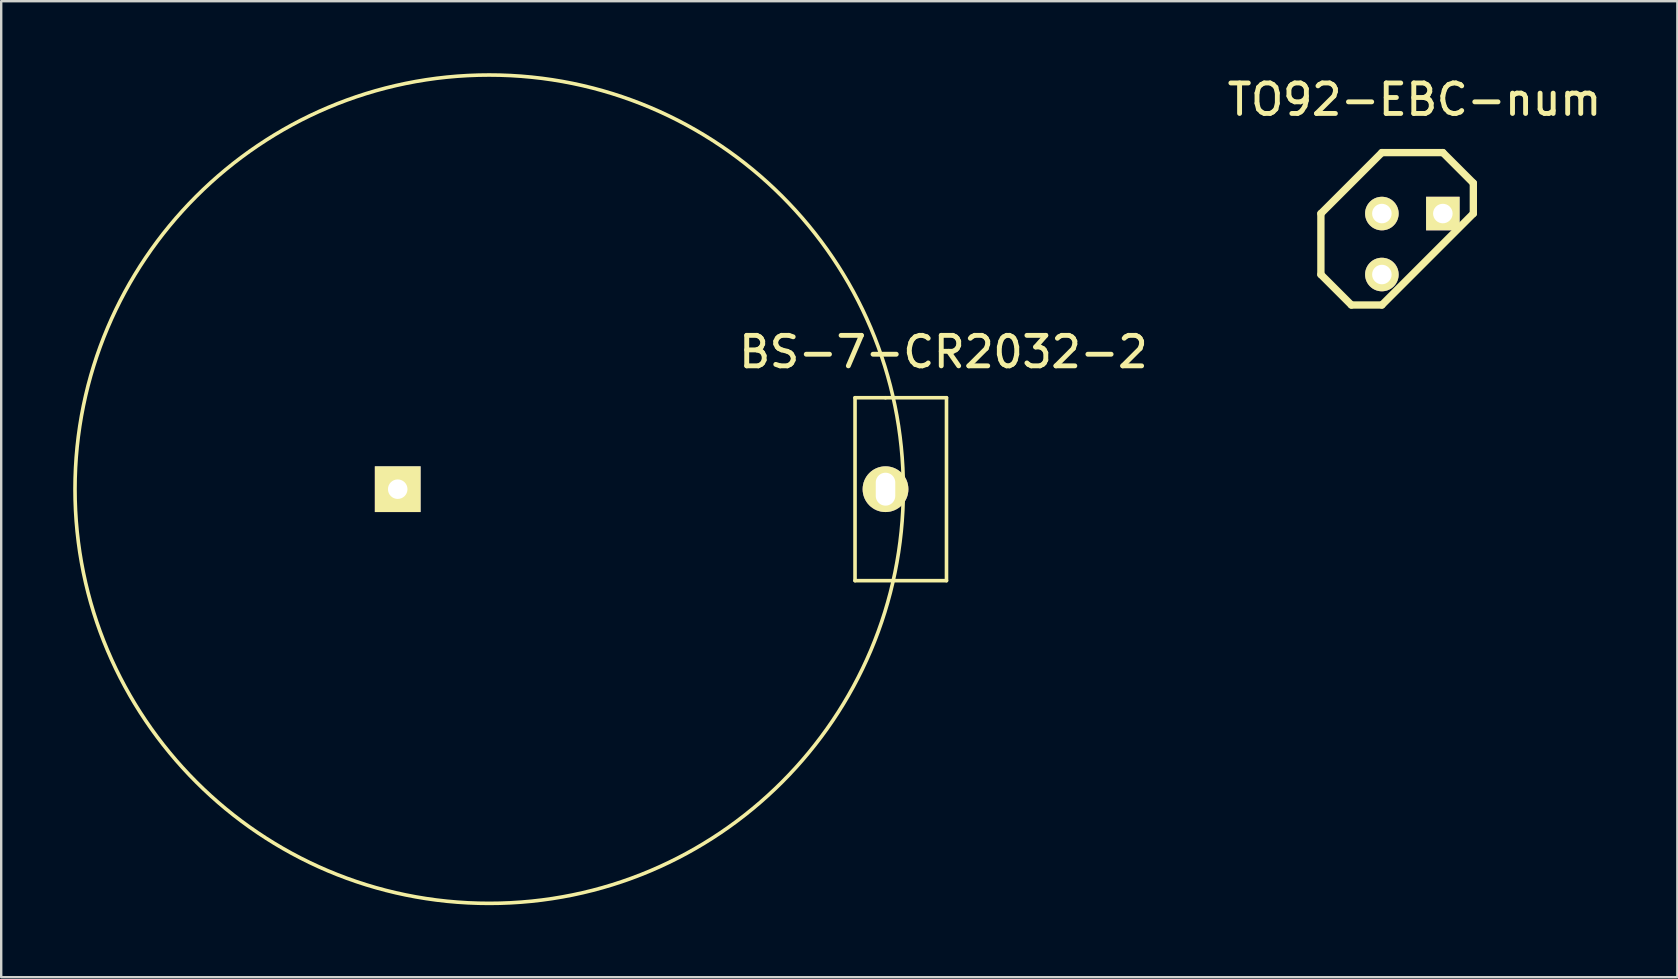
<source format=kicad_pcb>
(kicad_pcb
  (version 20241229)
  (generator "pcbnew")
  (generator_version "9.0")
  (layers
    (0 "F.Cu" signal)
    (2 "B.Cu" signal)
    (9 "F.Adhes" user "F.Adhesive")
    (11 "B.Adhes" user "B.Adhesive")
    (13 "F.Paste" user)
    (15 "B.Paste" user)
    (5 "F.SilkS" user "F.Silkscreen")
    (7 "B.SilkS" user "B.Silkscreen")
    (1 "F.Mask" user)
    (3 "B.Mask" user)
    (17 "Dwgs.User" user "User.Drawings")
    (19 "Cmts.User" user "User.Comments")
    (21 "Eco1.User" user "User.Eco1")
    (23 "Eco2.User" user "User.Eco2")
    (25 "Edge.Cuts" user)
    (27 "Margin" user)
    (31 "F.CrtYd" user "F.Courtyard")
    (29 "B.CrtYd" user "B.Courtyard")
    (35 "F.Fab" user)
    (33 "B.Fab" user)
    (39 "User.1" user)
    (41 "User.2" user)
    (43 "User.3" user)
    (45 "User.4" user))
  (footprint "TO92-EBC-num"
    (layer "F.Cu")
    (at 55.785 7.116)
    (property "Reference" "TO92-EBC-num" (at 0.09 -6.017 180) (layer "F.SilkS") (effects (font (size 1.27 1.27) (thickness 0.203))))
    (attr through_hole)
    (fp_line (start -3.81 -1.27) (end -3.81 1.27) (stroke (width 0.305) (type solid)) (layer "F.SilkS"))
    (fp_line (start -3.81 1.27) (end -2.54 2.54) (stroke (width 0.305) (type solid)) (layer "F.SilkS"))
    (fp_line (start -2.54 2.54) (end -1.27 2.54) (stroke (width 0.305) (type solid)) (layer "F.SilkS"))
    (fp_line (start -1.27 -3.81) (end -3.81 -1.27) (stroke (width 0.305) (type solid)) (layer "F.SilkS"))
    (fp_line (start -1.27 2.54) (end 2.54 -1.27) (stroke (width 0.305) (type solid)) (layer "F.SilkS"))
    (fp_line (start 1.27 -3.81) (end -1.27 -3.81) (stroke (width 0.305) (type solid)) (layer "F.SilkS"))
    (fp_line (start 2.54 -2.54) (end 1.27 -3.81) (stroke (width 0.305) (type solid)) (layer "F.SilkS"))
    (fp_line (start 2.54 -1.27) (end 2.54 -2.54) (stroke (width 0.305) (type solid)) (layer "F.SilkS"))
    (pad "1" thru_hole rect (at 1.27 -1.27) (size 1.397 1.397) (drill 0.813) (layers "*.Cu" "*.Mask" "F.SilkS"))
    (pad "2" thru_hole circle (at -1.27 -1.27) (size 1.397 1.397) (drill 0.813) (layers "*.Cu" "*.Mask" "F.SilkS"))
    (pad "3" thru_hole circle (at -1.27 1.27) (size 1.397 1.397) (drill 0.813) (layers "*.Cu" "*.Mask" "F.SilkS")))
  (footprint "BS-7-CR2032-2"
    (layer "F.Cu")
    (at 17.328 17.328)
    (property "Reference" "BS-7-CR2032-2" (at 18.923 -5.715 0) (layer "F.SilkS") (effects (font (size 1.27 1.27) (thickness 0.203))))
    (attr through_hole)
    (fp_line (start 15.24 -3.81) (end 16.51 -3.81) (stroke (width 0.15) (type solid)) (layer "F.SilkS"))
    (fp_line (start 15.24 3.81) (end 15.24 -3.81) (stroke (width 0.15) (type solid)) (layer "F.SilkS"))
    (fp_line (start 16.51 -3.81) (end 19.05 -3.81) (stroke (width 0.15) (type solid)) (layer "F.SilkS"))
    (fp_line (start 19.05 -3.81) (end 19.05 3.81) (stroke (width 0.15) (type solid)) (layer "F.SilkS"))
    (fp_line (start 19.05 3.81) (end 15.24 3.81) (stroke (width 0.15) (type solid)) (layer "F.SilkS"))
    (fp_circle (center 0 0) (end 12.2 12.2) (stroke (width 0.15) (type solid)) (fill no) (layer "F.SilkS"))
    (pad "1" thru_hole circle (at 16.51 0) (size 1.905 1.905) (drill oval 0.813 1.372) (layers "*.Cu" "*.Mask" "F.SilkS"))
    (pad "2" thru_hole rect (at -3.81 0) (size 1.905 1.905) (drill 0.813) (layers "*.Cu" "*.Mask" "F.SilkS")))
  (gr_rect
    (start -3 -3)
    (end 66.824 37.657)
    (stroke (width 0.1) (type default))
    (fill no)
    (layer "Edge.Cuts")))
</source>
